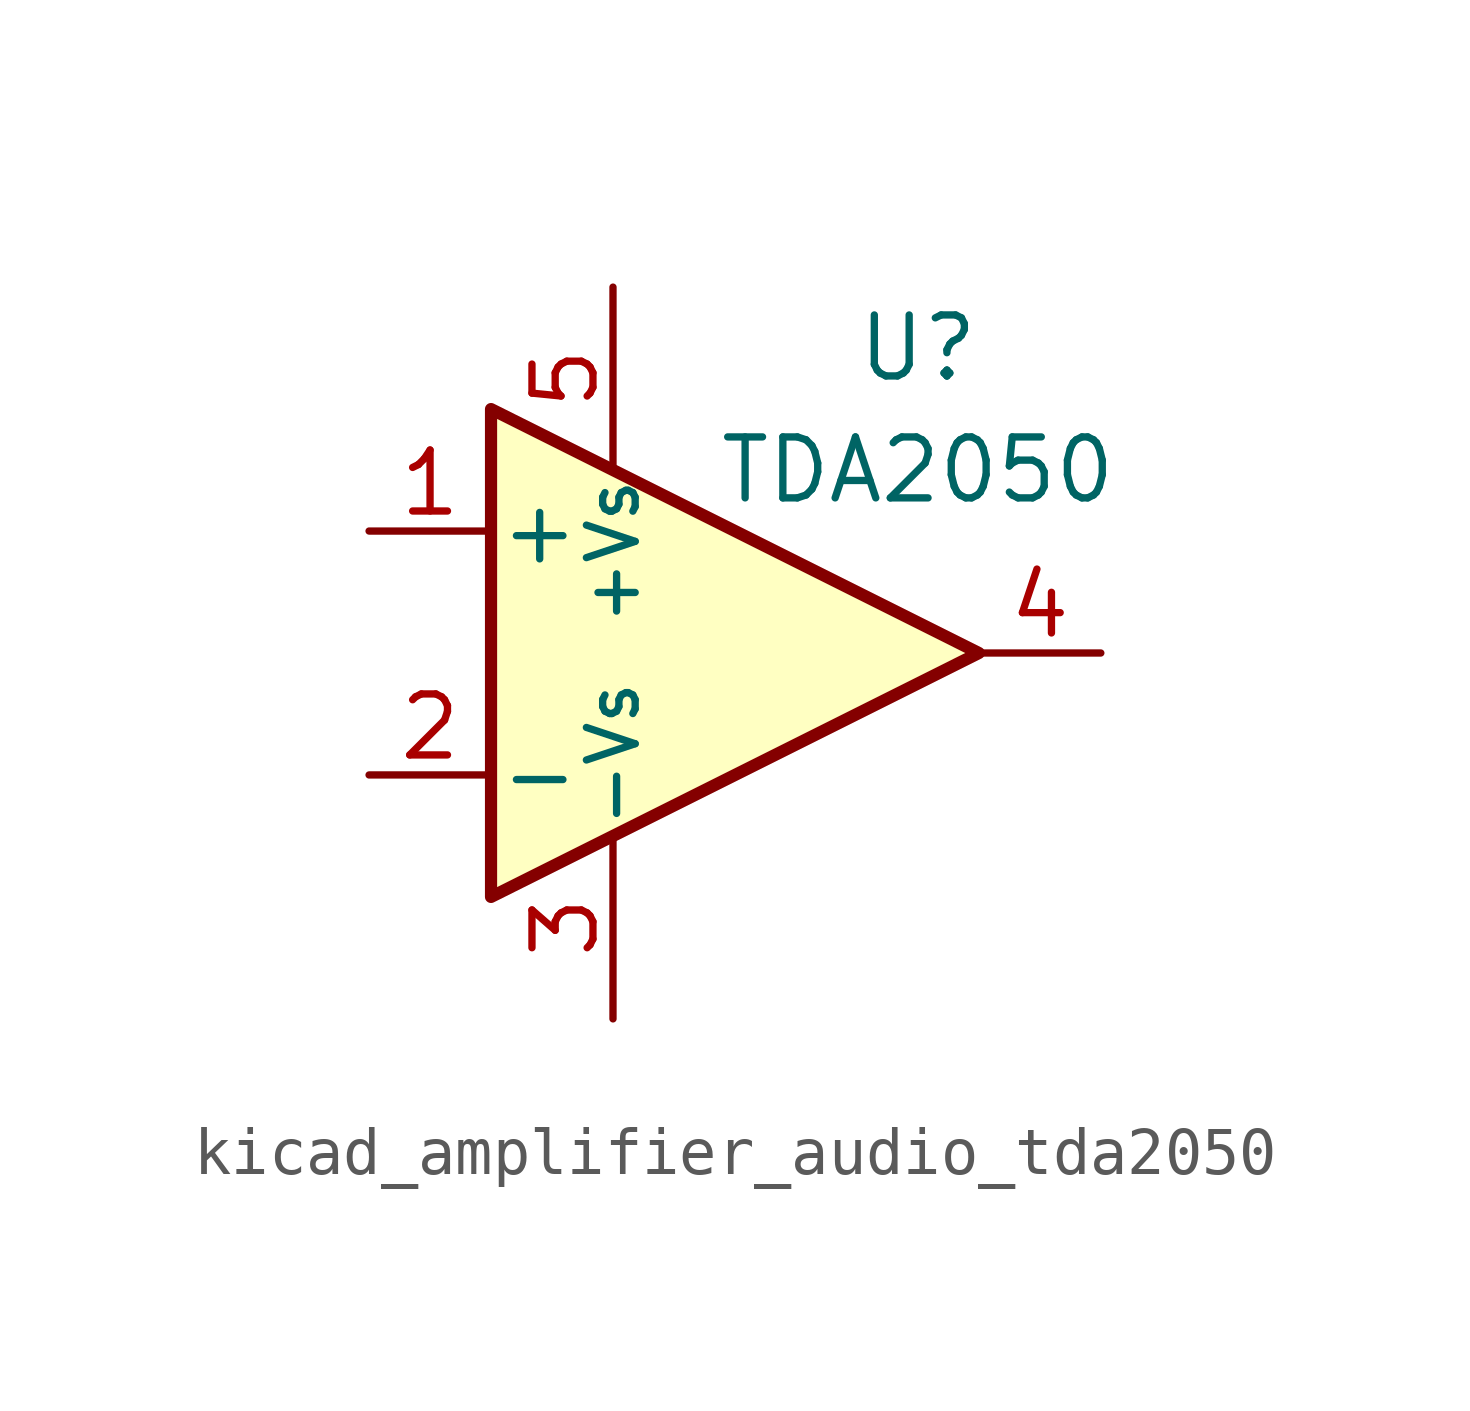
<source format=kicad_sym>
(kicad_symbol_lib
  (version 20220914)
  (generator kicad_symbol_editor)
  (symbol "kicad_amplifier_audio_tda2050"
    (pin_names
      (offset 0.127))
    (property "Reference" "U"
      (at 3.81 6.35 0)
      (effects (font (size 1.27 1.27))))
    (property "Value" "TDA2050"
      (at 3.81 3.81 0)
      (effects (font (size 1.27 1.27))))
    (symbol "kicad_amplifier_audio_tda2050_0_1"
      (polyline (pts (xy -5.08 5.08) (xy 5.08 0) (xy -5.08 -5.08) (xy -5.08 5.08)) (stroke (width 0.254) (type default)) (fill (type background))))
    (symbol "kicad_amplifier_audio_tda2050_1_1"
      (pin input line (at -7.62 2.54 0) (length 2.54) (name "+" (effects (font (size 1.27 1.27)))) (number "1" (effects (font (size 1.27 1.27)))))
      (pin input line (at -7.62 -2.54 0) (length 2.54) (name "-" (effects (font (size 1.27 1.27)))) (number "2" (effects (font (size 1.27 1.27)))))
      (pin power_in line (at -2.54 -7.62 90) (length 3.81) (name "-Vs" (effects (font (size 1.016 1.016)))) (number "3" (effects (font (size 1.27 1.27)))))
      (pin output line (at 7.62 0 180) (length 2.54) (name "~" (effects (font (size 1.27 1.27)))) (number "4" (effects (font (size 1.27 1.27)))))
      (pin power_in line (at -2.54 7.62 270) (length 3.81) (name "+Vs" (effects (font (size 1.016 1.016)))) (number "5" (effects (font (size 1.27 1.27))))))))
</source>
